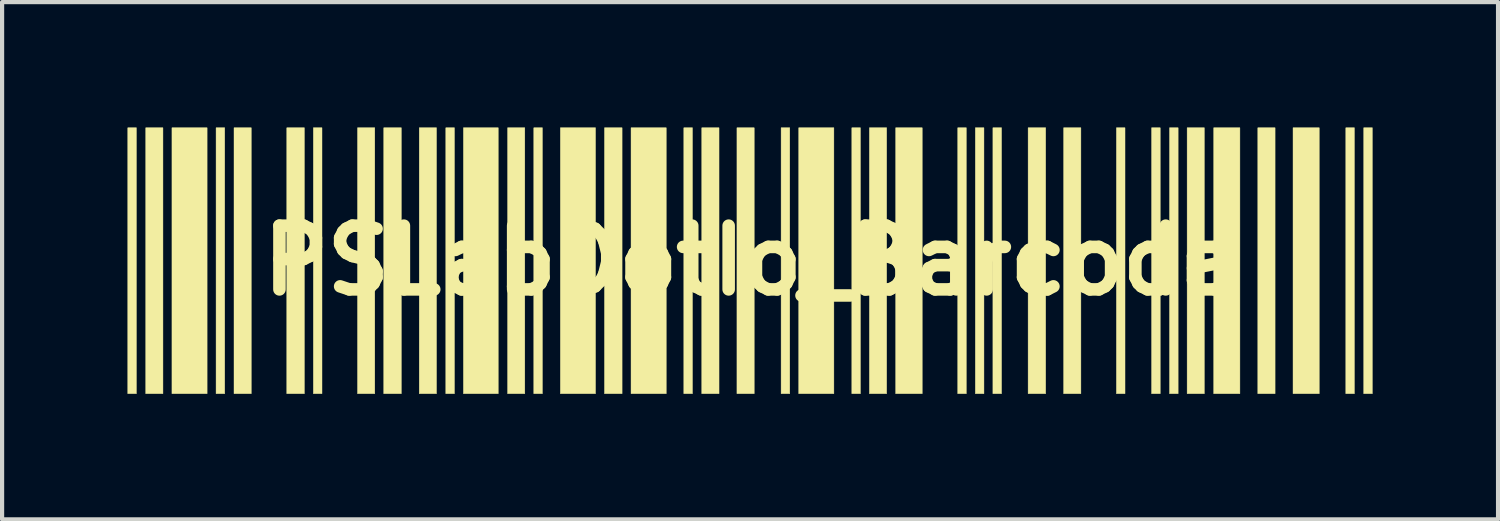
<source format=kicad_pcb>
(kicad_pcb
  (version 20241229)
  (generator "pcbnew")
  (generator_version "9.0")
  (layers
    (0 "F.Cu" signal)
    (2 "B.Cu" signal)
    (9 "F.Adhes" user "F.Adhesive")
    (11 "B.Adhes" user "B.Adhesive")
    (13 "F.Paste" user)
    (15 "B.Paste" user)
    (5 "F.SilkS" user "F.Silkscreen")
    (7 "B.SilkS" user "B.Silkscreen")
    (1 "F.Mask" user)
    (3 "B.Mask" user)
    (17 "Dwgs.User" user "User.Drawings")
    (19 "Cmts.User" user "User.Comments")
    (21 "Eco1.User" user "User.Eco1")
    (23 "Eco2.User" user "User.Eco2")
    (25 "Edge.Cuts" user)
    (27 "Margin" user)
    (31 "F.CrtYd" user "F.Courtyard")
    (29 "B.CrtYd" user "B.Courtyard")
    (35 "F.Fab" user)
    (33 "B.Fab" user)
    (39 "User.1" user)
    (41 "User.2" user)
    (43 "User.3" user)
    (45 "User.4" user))
  (footprint "PSLabDotIo_Barcode"
    (layer "F.Cu")
    (at 14.88 3.18)
    (property "Reference" "PSLabDotIo_Barcode" (at 0 0 0) (layer "F.SilkS") (effects (font (size 1.524 1.524) (thickness 0.3))))
    (attr through_hole)
    (fp_poly (pts (xy -14.668 3.183) (xy -14.875 3.183) (xy -14.875 -3.175) (xy -14.668 -3.175) (xy -14.668 3.183)) (stroke (width 0.01) (type solid)) (fill yes) (layer "F.SilkS"))
    (fp_poly (pts (xy -14.034 3.183) (xy -14.446 3.183) (xy -14.446 -3.175) (xy -14.034 -3.175) (xy -14.034 3.183)) (stroke (width 0.01) (type solid)) (fill yes) (layer "F.SilkS"))
    (fp_poly (pts (xy -12.978 3.183) (xy -13.819 3.183) (xy -13.819 -3.175) (xy -12.978 -3.175) (xy -12.978 3.183)) (stroke (width 0.01) (type solid)) (fill yes) (layer "F.SilkS"))
    (fp_poly (pts (xy -12.557 3.183) (xy -12.764 3.183) (xy -12.764 -3.175) (xy -12.557 -3.175) (xy -12.557 3.183)) (stroke (width 0.01) (type solid)) (fill yes) (layer "F.SilkS"))
    (fp_poly (pts (xy -11.922 3.183) (xy -12.335 3.183) (xy -12.335 -3.175) (xy -11.922 -3.175) (xy -11.922 3.183)) (stroke (width 0.01) (type solid)) (fill yes) (layer "F.SilkS"))
    (fp_poly (pts (xy -10.652 3.183) (xy -11.073 3.183) (xy -11.073 -3.175) (xy -10.652 -3.175) (xy -10.652 3.183)) (stroke (width 0.01) (type solid)) (fill yes) (layer "F.SilkS"))
    (fp_poly (pts (xy -10.231 3.183) (xy -10.438 3.183) (xy -10.438 -3.175) (xy -10.231 -3.175) (xy -10.231 3.183)) (stroke (width 0.01) (type solid)) (fill yes) (layer "F.SilkS"))
    (fp_poly (pts (xy -8.969 3.183) (xy -9.382 3.183) (xy -9.382 -3.175) (xy -8.969 -3.175) (xy -8.969 3.183)) (stroke (width 0.01) (type solid)) (fill yes) (layer "F.SilkS"))
    (fp_poly (pts (xy -8.334 3.183) (xy -8.755 3.183) (xy -8.755 -3.175) (xy -8.334 -3.175) (xy -8.334 3.183)) (stroke (width 0.01) (type solid)) (fill yes) (layer "F.SilkS"))
    (fp_poly (pts (xy -7.493 3.183) (xy -7.906 3.183) (xy -7.906 -3.175) (xy -7.493 -3.175) (xy -7.493 3.183)) (stroke (width 0.01) (type solid)) (fill yes) (layer "F.SilkS"))
    (fp_poly (pts (xy -7.064 3.183) (xy -7.271 3.183) (xy -7.271 -3.175) (xy -7.064 -3.175) (xy -7.064 3.183)) (stroke (width 0.01) (type solid)) (fill yes) (layer "F.SilkS"))
    (fp_poly (pts (xy -6.017 3.183) (xy -6.85 3.183) (xy -6.85 -3.175) (xy -6.017 -3.175) (xy -6.017 3.183)) (stroke (width 0.01) (type solid)) (fill yes) (layer "F.SilkS"))
    (fp_poly (pts (xy -5.382 3.183) (xy -5.794 3.183) (xy -5.794 -3.175) (xy -5.382 -3.175) (xy -5.382 3.183)) (stroke (width 0.01) (type solid)) (fill yes) (layer "F.SilkS"))
    (fp_poly (pts (xy -4.961 3.183) (xy -5.167 3.183) (xy -5.167 -3.175) (xy -4.961 -3.175) (xy -4.961 3.183)) (stroke (width 0.01) (type solid)) (fill yes) (layer "F.SilkS"))
    (fp_poly (pts (xy -3.691 3.183) (xy -4.532 3.183) (xy -4.532 -3.175) (xy -3.691 -3.175) (xy -3.691 3.183)) (stroke (width 0.01) (type solid)) (fill yes) (layer "F.SilkS"))
    (fp_poly (pts (xy -3.056 3.183) (xy -3.477 3.183) (xy -3.477 -3.175) (xy -3.056 -3.175) (xy -3.056 3.183)) (stroke (width 0.01) (type solid)) (fill yes) (layer "F.SilkS"))
    (fp_poly (pts (xy -2 3.183) (xy -2.842 3.183) (xy -2.842 -3.175) (xy -2 -3.175) (xy -2 3.183)) (stroke (width 0.01) (type solid)) (fill yes) (layer "F.SilkS"))
    (fp_poly (pts (xy -1.373 3.183) (xy -1.58 3.183) (xy -1.58 -3.175) (xy -1.373 -3.175) (xy -1.373 3.183)) (stroke (width 0.01) (type solid)) (fill yes) (layer "F.SilkS"))
    (fp_poly (pts (xy -0.738 3.183) (xy -1.151 3.183) (xy -1.151 -3.175) (xy -0.738 -3.175) (xy -0.738 3.183)) (stroke (width 0.01) (type solid)) (fill yes) (layer "F.SilkS"))
    (fp_poly (pts (xy 0.103 3.183) (xy -0.31 3.183) (xy -0.31 -3.175) (xy 0.103 -3.175) (xy 0.103 3.183)) (stroke (width 0.01) (type solid)) (fill yes) (layer "F.SilkS"))
    (fp_poly (pts (xy 0.953 3.183) (xy 0.746 3.183) (xy 0.746 -3.175) (xy 0.953 -3.175) (xy 0.953 3.183)) (stroke (width 0.01) (type solid)) (fill yes) (layer "F.SilkS"))
    (fp_poly (pts (xy 2.008 3.183) (xy 1.167 3.183) (xy 1.167 -3.175) (xy 2.008 -3.175) (xy 2.008 3.183)) (stroke (width 0.01) (type solid)) (fill yes) (layer "F.SilkS"))
    (fp_poly (pts (xy 2.643 3.183) (xy 2.437 3.183) (xy 2.437 -3.175) (xy 2.643 -3.175) (xy 2.643 3.183)) (stroke (width 0.01) (type solid)) (fill yes) (layer "F.SilkS"))
    (fp_poly (pts (xy 3.27 3.183) (xy 2.857 3.183) (xy 2.857 -3.175) (xy 3.27 -3.175) (xy 3.27 3.183)) (stroke (width 0.01) (type solid)) (fill yes) (layer "F.SilkS"))
    (fp_poly (pts (xy 4.12 3.183) (xy 3.485 3.183) (xy 3.485 -3.175) (xy 4.12 -3.175) (xy 4.12 3.183)) (stroke (width 0.01) (type solid)) (fill yes) (layer "F.SilkS"))
    (fp_poly (pts (xy 5.175 3.183) (xy 4.969 3.183) (xy 4.969 -3.175) (xy 5.175 -3.175) (xy 5.175 3.183)) (stroke (width 0.01) (type solid)) (fill yes) (layer "F.SilkS"))
    (fp_poly (pts (xy 5.596 3.183) (xy 5.39 3.183) (xy 5.39 -3.175) (xy 5.596 -3.175) (xy 5.596 3.183)) (stroke (width 0.01) (type solid)) (fill yes) (layer "F.SilkS"))
    (fp_poly (pts (xy 6.017 3.183) (xy 5.81 3.183) (xy 5.81 -3.175) (xy 6.017 -3.175) (xy 6.017 3.183)) (stroke (width 0.01) (type solid)) (fill yes) (layer "F.SilkS"))
    (fp_poly (pts (xy 7.072 3.183) (xy 6.652 3.183) (xy 6.652 -3.175) (xy 7.072 -3.175) (xy 7.072 3.183)) (stroke (width 0.01) (type solid)) (fill yes) (layer "F.SilkS"))
    (fp_poly (pts (xy 7.914 3.183) (xy 7.501 3.183) (xy 7.501 -3.175) (xy 7.914 -3.175) (xy 7.914 3.183)) (stroke (width 0.01) (type solid)) (fill yes) (layer "F.SilkS"))
    (fp_poly (pts (xy 8.969 3.183) (xy 8.763 3.183) (xy 8.763 -3.175) (xy 8.969 -3.175) (xy 8.969 3.183)) (stroke (width 0.01) (type solid)) (fill yes) (layer "F.SilkS"))
    (fp_poly (pts (xy 9.811 3.183) (xy 9.604 3.183) (xy 9.604 -3.175) (xy 9.811 -3.175) (xy 9.811 3.183)) (stroke (width 0.01) (type solid)) (fill yes) (layer "F.SilkS"))
    (fp_poly (pts (xy 10.239 3.183) (xy 10.033 3.183) (xy 10.033 -3.175) (xy 10.239 -3.175) (xy 10.239 3.183)) (stroke (width 0.01) (type solid)) (fill yes) (layer "F.SilkS"))
    (fp_poly (pts (xy 10.866 3.183) (xy 10.454 3.183) (xy 10.454 -3.175) (xy 10.866 -3.175) (xy 10.866 3.183)) (stroke (width 0.01) (type solid)) (fill yes) (layer "F.SilkS"))
    (fp_poly (pts (xy 11.716 3.183) (xy 11.089 3.183) (xy 11.089 -3.175) (xy 11.716 -3.175) (xy 11.716 3.183)) (stroke (width 0.01) (type solid)) (fill yes) (layer "F.SilkS"))
    (fp_poly (pts (xy 12.557 3.183) (xy 12.144 3.183) (xy 12.144 -3.175) (xy 12.557 -3.175) (xy 12.557 3.183)) (stroke (width 0.01) (type solid)) (fill yes) (layer "F.SilkS"))
    (fp_poly (pts (xy 13.613 3.183) (xy 12.986 3.183) (xy 12.986 -3.175) (xy 13.613 -3.175) (xy 13.613 3.183)) (stroke (width 0.01) (type solid)) (fill yes) (layer "F.SilkS"))
    (fp_poly (pts (xy 14.454 3.183) (xy 14.248 3.183) (xy 14.248 -3.175) (xy 14.454 -3.175) (xy 14.454 3.183)) (stroke (width 0.01) (type solid)) (fill yes) (layer "F.SilkS"))
    (fp_poly (pts (xy 14.883 3.183) (xy 14.676 3.183) (xy 14.676 -3.175) (xy 14.883 -3.175) (xy 14.883 3.183)) (stroke (width 0.01) (type solid)) (fill yes) (layer "F.SilkS")))
  (gr_rect
    (start -3 -3)
    (end 32.768 9.368)
    (stroke (width 0.1) (type default))
    (fill no)
    (layer "Edge.Cuts")))
</source>
